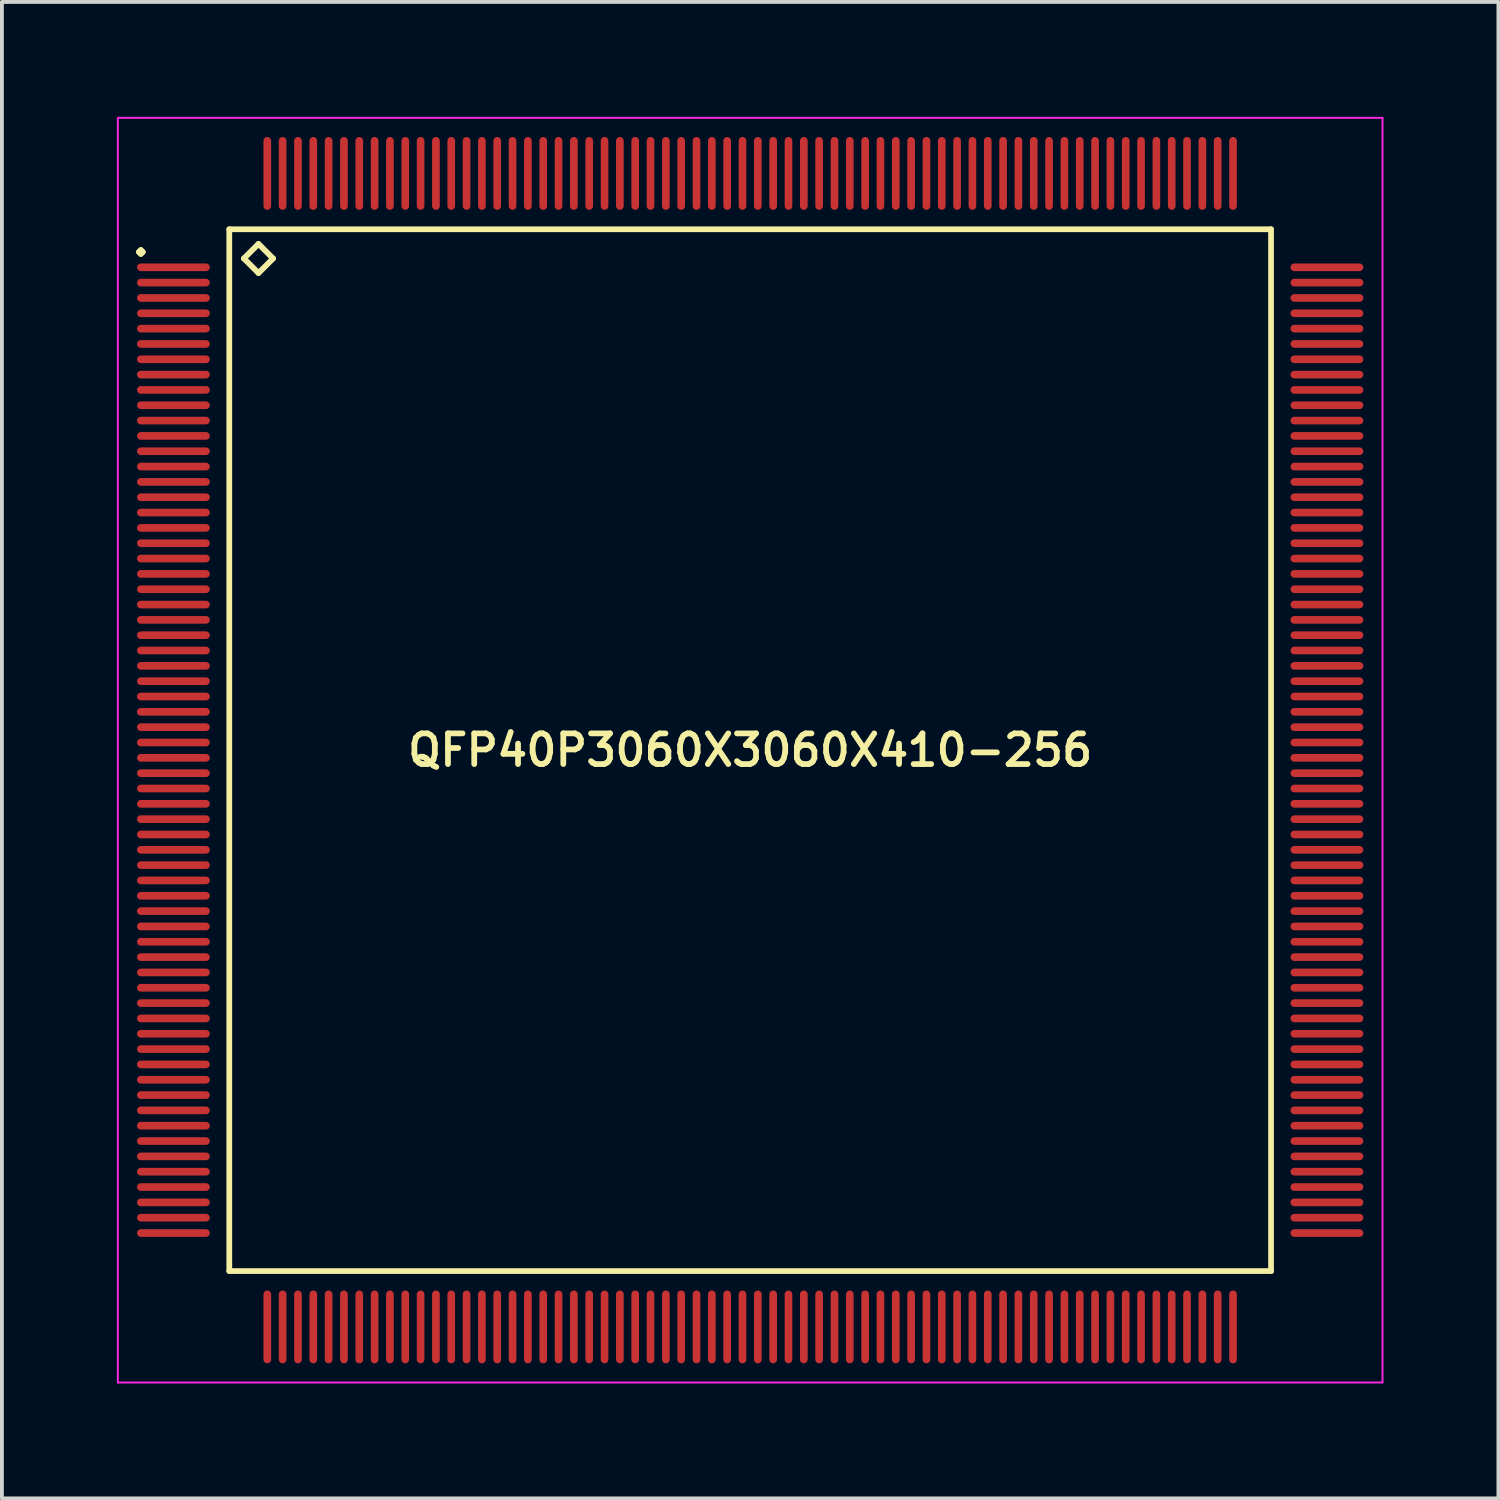
<source format=kicad_pcb>
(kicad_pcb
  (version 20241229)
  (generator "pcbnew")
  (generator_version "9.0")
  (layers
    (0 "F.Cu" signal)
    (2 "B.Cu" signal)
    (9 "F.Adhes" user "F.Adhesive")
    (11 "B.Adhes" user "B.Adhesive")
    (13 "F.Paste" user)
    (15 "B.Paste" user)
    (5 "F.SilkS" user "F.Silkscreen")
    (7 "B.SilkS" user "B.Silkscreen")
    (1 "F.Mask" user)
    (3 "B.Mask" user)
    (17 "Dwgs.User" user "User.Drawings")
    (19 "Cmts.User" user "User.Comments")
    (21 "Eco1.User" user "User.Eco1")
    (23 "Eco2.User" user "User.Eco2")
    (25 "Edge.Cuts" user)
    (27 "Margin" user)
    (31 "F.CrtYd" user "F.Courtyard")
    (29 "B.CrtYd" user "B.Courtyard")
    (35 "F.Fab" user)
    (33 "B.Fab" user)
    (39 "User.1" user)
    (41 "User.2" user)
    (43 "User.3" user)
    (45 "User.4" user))
  (footprint "QFP40P3060X3060X410-256"
    (layer "F.Cu")
    (at 16.525 16.525)
    (property "Reference" "QFP40P3060X3060X410-256" (at 0 0 0) (layer "F.SilkS") (effects (font (size 0.8 0.8) (thickness 0.15))))
    (attr smd)
    (fp_line (start -15.95 -13) (end -15.9 -13.05) (stroke (width 0.15) (type solid)) (layer "F.SilkS"))
    (fp_line (start -15.9 -13.05) (end -15.85 -13) (stroke (width 0.15) (type solid)) (layer "F.SilkS"))
    (fp_line (start -15.9 -12.95) (end -15.95 -13) (stroke (width 0.15) (type solid)) (layer "F.SilkS"))
    (fp_line (start -15.85 -13) (end -15.9 -12.95) (stroke (width 0.15) (type solid)) (layer "F.SilkS"))
    (fp_line (start -13.592 -13.592) (end -13.592 13.592) (stroke (width 0.15) (type solid)) (layer "F.SilkS"))
    (fp_line (start -13.592 13.592) (end 13.592 13.592) (stroke (width 0.15) (type solid)) (layer "F.SilkS"))
    (fp_line (start -13.211 -12.83) (end -12.83 -13.211) (stroke (width 0.15) (type solid)) (layer "F.SilkS"))
    (fp_line (start -12.83 -13.211) (end -12.449 -12.83) (stroke (width 0.15) (type solid)) (layer "F.SilkS"))
    (fp_line (start -12.83 -12.449) (end -13.211 -12.83) (stroke (width 0.15) (type solid)) (layer "F.SilkS"))
    (fp_line (start -12.449 -12.83) (end -12.83 -12.449) (stroke (width 0.15) (type solid)) (layer "F.SilkS"))
    (fp_line (start 13.592 -13.592) (end -13.592 -13.592) (stroke (width 0.15) (type solid)) (layer "F.SilkS"))
    (fp_line (start 13.592 13.592) (end 13.592 -13.592) (stroke (width 0.15) (type solid)) (layer "F.SilkS"))
    (fp_line (start -16.5 -16.5) (end 16.5 -16.5) (stroke (width 0.05) (type solid)) (layer "F.CrtYd"))
    (fp_line (start -16.5 16.5) (end -16.5 -16.5) (stroke (width 0.05) (type solid)) (layer "F.CrtYd"))
    (fp_line (start 16.5 -16.5) (end 16.5 16.5) (stroke (width 0.05) (type solid)) (layer "F.CrtYd"))
    (fp_line (start 16.5 16.5) (end -16.5 16.5) (stroke (width 0.05) (type solid)) (layer "F.CrtYd"))
    (pad "1" smd oval (at -15.05 -12.6) (size 1.9 0.2) (layers "F.Cu" "F.Mask" "F.Paste"))
    (pad "2" smd oval (at -15.05 -12.2) (size 1.9 0.2) (layers "F.Cu" "F.Mask" "F.Paste"))
    (pad "3" smd oval (at -15.05 -11.8) (size 1.9 0.2) (layers "F.Cu" "F.Mask" "F.Paste"))
    (pad "4" smd oval (at -15.05 -11.4) (size 1.9 0.2) (layers "F.Cu" "F.Mask" "F.Paste"))
    (pad "5" smd oval (at -15.05 -11) (size 1.9 0.2) (layers "F.Cu" "F.Mask" "F.Paste"))
    (pad "6" smd oval (at -15.05 -10.6) (size 1.9 0.2) (layers "F.Cu" "F.Mask" "F.Paste"))
    (pad "7" smd oval (at -15.05 -10.2) (size 1.9 0.2) (layers "F.Cu" "F.Mask" "F.Paste"))
    (pad "8" smd oval (at -15.05 -9.8) (size 1.9 0.2) (layers "F.Cu" "F.Mask" "F.Paste"))
    (pad "9" smd oval (at -15.05 -9.4) (size 1.9 0.2) (layers "F.Cu" "F.Mask" "F.Paste"))
    (pad "10" smd oval (at -15.05 -9) (size 1.9 0.2) (layers "F.Cu" "F.Mask" "F.Paste"))
    (pad "11" smd oval (at -15.05 -8.6) (size 1.9 0.2) (layers "F.Cu" "F.Mask" "F.Paste"))
    (pad "12" smd oval (at -15.05 -8.2) (size 1.9 0.2) (layers "F.Cu" "F.Mask" "F.Paste"))
    (pad "13" smd oval (at -15.05 -7.8) (size 1.9 0.2) (layers "F.Cu" "F.Mask" "F.Paste"))
    (pad "14" smd oval (at -15.05 -7.4) (size 1.9 0.2) (layers "F.Cu" "F.Mask" "F.Paste"))
    (pad "15" smd oval (at -15.05 -7) (size 1.9 0.2) (layers "F.Cu" "F.Mask" "F.Paste"))
    (pad "16" smd oval (at -15.05 -6.6) (size 1.9 0.2) (layers "F.Cu" "F.Mask" "F.Paste"))
    (pad "17" smd oval (at -15.05 -6.2) (size 1.9 0.2) (layers "F.Cu" "F.Mask" "F.Paste"))
    (pad "18" smd oval (at -15.05 -5.8) (size 1.9 0.2) (layers "F.Cu" "F.Mask" "F.Paste"))
    (pad "19" smd oval (at -15.05 -5.4) (size 1.9 0.2) (layers "F.Cu" "F.Mask" "F.Paste"))
    (pad "20" smd oval (at -15.05 -5) (size 1.9 0.2) (layers "F.Cu" "F.Mask" "F.Paste"))
    (pad "21" smd oval (at -15.05 -4.6) (size 1.9 0.2) (layers "F.Cu" "F.Mask" "F.Paste"))
    (pad "22" smd oval (at -15.05 -4.2) (size 1.9 0.2) (layers "F.Cu" "F.Mask" "F.Paste"))
    (pad "23" smd oval (at -15.05 -3.8) (size 1.9 0.2) (layers "F.Cu" "F.Mask" "F.Paste"))
    (pad "24" smd oval (at -15.05 -3.4) (size 1.9 0.2) (layers "F.Cu" "F.Mask" "F.Paste"))
    (pad "25" smd oval (at -15.05 -3) (size 1.9 0.2) (layers "F.Cu" "F.Mask" "F.Paste"))
    (pad "26" smd oval (at -15.05 -2.6) (size 1.9 0.2) (layers "F.Cu" "F.Mask" "F.Paste"))
    (pad "27" smd oval (at -15.05 -2.2) (size 1.9 0.2) (layers "F.Cu" "F.Mask" "F.Paste"))
    (pad "28" smd oval (at -15.05 -1.8) (size 1.9 0.2) (layers "F.Cu" "F.Mask" "F.Paste"))
    (pad "29" smd oval (at -15.05 -1.4) (size 1.9 0.2) (layers "F.Cu" "F.Mask" "F.Paste"))
    (pad "30" smd oval (at -15.05 -1) (size 1.9 0.2) (layers "F.Cu" "F.Mask" "F.Paste"))
    (pad "31" smd oval (at -15.05 -0.6) (size 1.9 0.2) (layers "F.Cu" "F.Mask" "F.Paste"))
    (pad "32" smd oval (at -15.05 -0.2) (size 1.9 0.2) (layers "F.Cu" "F.Mask" "F.Paste"))
    (pad "33" smd oval (at -15.05 0.2) (size 1.9 0.2) (layers "F.Cu" "F.Mask" "F.Paste"))
    (pad "34" smd oval (at -15.05 0.6) (size 1.9 0.2) (layers "F.Cu" "F.Mask" "F.Paste"))
    (pad "35" smd oval (at -15.05 1) (size 1.9 0.2) (layers "F.Cu" "F.Mask" "F.Paste"))
    (pad "36" smd oval (at -15.05 1.4) (size 1.9 0.2) (layers "F.Cu" "F.Mask" "F.Paste"))
    (pad "37" smd oval (at -15.05 1.8) (size 1.9 0.2) (layers "F.Cu" "F.Mask" "F.Paste"))
    (pad "38" smd oval (at -15.05 2.2) (size 1.9 0.2) (layers "F.Cu" "F.Mask" "F.Paste"))
    (pad "39" smd oval (at -15.05 2.6) (size 1.9 0.2) (layers "F.Cu" "F.Mask" "F.Paste"))
    (pad "40" smd oval (at -15.05 3) (size 1.9 0.2) (layers "F.Cu" "F.Mask" "F.Paste"))
    (pad "41" smd oval (at -15.05 3.4) (size 1.9 0.2) (layers "F.Cu" "F.Mask" "F.Paste"))
    (pad "42" smd oval (at -15.05 3.8) (size 1.9 0.2) (layers "F.Cu" "F.Mask" "F.Paste"))
    (pad "43" smd oval (at -15.05 4.2) (size 1.9 0.2) (layers "F.Cu" "F.Mask" "F.Paste"))
    (pad "44" smd oval (at -15.05 4.6) (size 1.9 0.2) (layers "F.Cu" "F.Mask" "F.Paste"))
    (pad "45" smd oval (at -15.05 5) (size 1.9 0.2) (layers "F.Cu" "F.Mask" "F.Paste"))
    (pad "46" smd oval (at -15.05 5.4) (size 1.9 0.2) (layers "F.Cu" "F.Mask" "F.Paste"))
    (pad "47" smd oval (at -15.05 5.8) (size 1.9 0.2) (layers "F.Cu" "F.Mask" "F.Paste"))
    (pad "48" smd oval (at -15.05 6.2) (size 1.9 0.2) (layers "F.Cu" "F.Mask" "F.Paste"))
    (pad "49" smd oval (at -15.05 6.6) (size 1.9 0.2) (layers "F.Cu" "F.Mask" "F.Paste"))
    (pad "50" smd oval (at -15.05 7) (size 1.9 0.2) (layers "F.Cu" "F.Mask" "F.Paste"))
    (pad "51" smd oval (at -15.05 7.4) (size 1.9 0.2) (layers "F.Cu" "F.Mask" "F.Paste"))
    (pad "52" smd oval (at -15.05 7.8) (size 1.9 0.2) (layers "F.Cu" "F.Mask" "F.Paste"))
    (pad "53" smd oval (at -15.05 8.2) (size 1.9 0.2) (layers "F.Cu" "F.Mask" "F.Paste"))
    (pad "54" smd oval (at -15.05 8.6) (size 1.9 0.2) (layers "F.Cu" "F.Mask" "F.Paste"))
    (pad "55" smd oval (at -15.05 9) (size 1.9 0.2) (layers "F.Cu" "F.Mask" "F.Paste"))
    (pad "56" smd oval (at -15.05 9.4) (size 1.9 0.2) (layers "F.Cu" "F.Mask" "F.Paste"))
    (pad "57" smd oval (at -15.05 9.8) (size 1.9 0.2) (layers "F.Cu" "F.Mask" "F.Paste"))
    (pad "58" smd oval (at -15.05 10.2) (size 1.9 0.2) (layers "F.Cu" "F.Mask" "F.Paste"))
    (pad "59" smd oval (at -15.05 10.6) (size 1.9 0.2) (layers "F.Cu" "F.Mask" "F.Paste"))
    (pad "60" smd oval (at -15.05 11) (size 1.9 0.2) (layers "F.Cu" "F.Mask" "F.Paste"))
    (pad "61" smd oval (at -15.05 11.4) (size 1.9 0.2) (layers "F.Cu" "F.Mask" "F.Paste"))
    (pad "62" smd oval (at -15.05 11.8) (size 1.9 0.2) (layers "F.Cu" "F.Mask" "F.Paste"))
    (pad "63" smd oval (at -15.05 12.2) (size 1.9 0.2) (layers "F.Cu" "F.Mask" "F.Paste"))
    (pad "64" smd oval (at -15.05 12.6) (size 1.9 0.2) (layers "F.Cu" "F.Mask" "F.Paste"))
    (pad "65" smd oval (at -12.6 15.05) (size 0.2 1.9) (layers "F.Cu" "F.Mask" "F.Paste"))
    (pad "66" smd oval (at -12.2 15.05) (size 0.2 1.9) (layers "F.Cu" "F.Mask" "F.Paste"))
    (pad "67" smd oval (at -11.8 15.05) (size 0.2 1.9) (layers "F.Cu" "F.Mask" "F.Paste"))
    (pad "68" smd oval (at -11.4 15.05) (size 0.2 1.9) (layers "F.Cu" "F.Mask" "F.Paste"))
    (pad "69" smd oval (at -11 15.05) (size 0.2 1.9) (layers "F.Cu" "F.Mask" "F.Paste"))
    (pad "70" smd oval (at -10.6 15.05) (size 0.2 1.9) (layers "F.Cu" "F.Mask" "F.Paste"))
    (pad "71" smd oval (at -10.2 15.05) (size 0.2 1.9) (layers "F.Cu" "F.Mask" "F.Paste"))
    (pad "72" smd oval (at -9.8 15.05) (size 0.2 1.9) (layers "F.Cu" "F.Mask" "F.Paste"))
    (pad "73" smd oval (at -9.4 15.05) (size 0.2 1.9) (layers "F.Cu" "F.Mask" "F.Paste"))
    (pad "74" smd oval (at -9 15.05) (size 0.2 1.9) (layers "F.Cu" "F.Mask" "F.Paste"))
    (pad "75" smd oval (at -8.6 15.05) (size 0.2 1.9) (layers "F.Cu" "F.Mask" "F.Paste"))
    (pad "76" smd oval (at -8.2 15.05) (size 0.2 1.9) (layers "F.Cu" "F.Mask" "F.Paste"))
    (pad "77" smd oval (at -7.8 15.05) (size 0.2 1.9) (layers "F.Cu" "F.Mask" "F.Paste"))
    (pad "78" smd oval (at -7.4 15.05) (size 0.2 1.9) (layers "F.Cu" "F.Mask" "F.Paste"))
    (pad "79" smd oval (at -7 15.05) (size 0.2 1.9) (layers "F.Cu" "F.Mask" "F.Paste"))
    (pad "80" smd oval (at -6.6 15.05) (size 0.2 1.9) (layers "F.Cu" "F.Mask" "F.Paste"))
    (pad "81" smd oval (at -6.2 15.05) (size 0.2 1.9) (layers "F.Cu" "F.Mask" "F.Paste"))
    (pad "82" smd oval (at -5.8 15.05) (size 0.2 1.9) (layers "F.Cu" "F.Mask" "F.Paste"))
    (pad "83" smd oval (at -5.4 15.05) (size 0.2 1.9) (layers "F.Cu" "F.Mask" "F.Paste"))
    (pad "84" smd oval (at -5 15.05) (size 0.2 1.9) (layers "F.Cu" "F.Mask" "F.Paste"))
    (pad "85" smd oval (at -4.6 15.05) (size 0.2 1.9) (layers "F.Cu" "F.Mask" "F.Paste"))
    (pad "86" smd oval (at -4.2 15.05) (size 0.2 1.9) (layers "F.Cu" "F.Mask" "F.Paste"))
    (pad "87" smd oval (at -3.8 15.05) (size 0.2 1.9) (layers "F.Cu" "F.Mask" "F.Paste"))
    (pad "88" smd oval (at -3.4 15.05) (size 0.2 1.9) (layers "F.Cu" "F.Mask" "F.Paste"))
    (pad "89" smd oval (at -3 15.05) (size 0.2 1.9) (layers "F.Cu" "F.Mask" "F.Paste"))
    (pad "90" smd oval (at -2.6 15.05) (size 0.2 1.9) (layers "F.Cu" "F.Mask" "F.Paste"))
    (pad "91" smd oval (at -2.2 15.05) (size 0.2 1.9) (layers "F.Cu" "F.Mask" "F.Paste"))
    (pad "92" smd oval (at -1.8 15.05) (size 0.2 1.9) (layers "F.Cu" "F.Mask" "F.Paste"))
    (pad "93" smd oval (at -1.4 15.05) (size 0.2 1.9) (layers "F.Cu" "F.Mask" "F.Paste"))
    (pad "94" smd oval (at -1 15.05) (size 0.2 1.9) (layers "F.Cu" "F.Mask" "F.Paste"))
    (pad "95" smd oval (at -0.6 15.05) (size 0.2 1.9) (layers "F.Cu" "F.Mask" "F.Paste"))
    (pad "96" smd oval (at -0.2 15.05) (size 0.2 1.9) (layers "F.Cu" "F.Mask" "F.Paste"))
    (pad "97" smd oval (at 0.2 15.05) (size 0.2 1.9) (layers "F.Cu" "F.Mask" "F.Paste"))
    (pad "98" smd oval (at 0.6 15.05) (size 0.2 1.9) (layers "F.Cu" "F.Mask" "F.Paste"))
    (pad "99" smd oval (at 1 15.05) (size 0.2 1.9) (layers "F.Cu" "F.Mask" "F.Paste"))
    (pad "100" smd oval (at 1.4 15.05) (size 0.2 1.9) (layers "F.Cu" "F.Mask" "F.Paste"))
    (pad "101" smd oval (at 1.8 15.05) (size 0.2 1.9) (layers "F.Cu" "F.Mask" "F.Paste"))
    (pad "102" smd oval (at 2.2 15.05) (size 0.2 1.9) (layers "F.Cu" "F.Mask" "F.Paste"))
    (pad "103" smd oval (at 2.6 15.05) (size 0.2 1.9) (layers "F.Cu" "F.Mask" "F.Paste"))
    (pad "104" smd oval (at 3 15.05) (size 0.2 1.9) (layers "F.Cu" "F.Mask" "F.Paste"))
    (pad "105" smd oval (at 3.4 15.05) (size 0.2 1.9) (layers "F.Cu" "F.Mask" "F.Paste"))
    (pad "106" smd oval (at 3.8 15.05) (size 0.2 1.9) (layers "F.Cu" "F.Mask" "F.Paste"))
    (pad "107" smd oval (at 4.2 15.05) (size 0.2 1.9) (layers "F.Cu" "F.Mask" "F.Paste"))
    (pad "108" smd oval (at 4.6 15.05) (size 0.2 1.9) (layers "F.Cu" "F.Mask" "F.Paste"))
    (pad "109" smd oval (at 5 15.05) (size 0.2 1.9) (layers "F.Cu" "F.Mask" "F.Paste"))
    (pad "110" smd oval (at 5.4 15.05) (size 0.2 1.9) (layers "F.Cu" "F.Mask" "F.Paste"))
    (pad "111" smd oval (at 5.8 15.05) (size 0.2 1.9) (layers "F.Cu" "F.Mask" "F.Paste"))
    (pad "112" smd oval (at 6.2 15.05) (size 0.2 1.9) (layers "F.Cu" "F.Mask" "F.Paste"))
    (pad "113" smd oval (at 6.6 15.05) (size 0.2 1.9) (layers "F.Cu" "F.Mask" "F.Paste"))
    (pad "114" smd oval (at 7 15.05) (size 0.2 1.9) (layers "F.Cu" "F.Mask" "F.Paste"))
    (pad "115" smd oval (at 7.4 15.05) (size 0.2 1.9) (layers "F.Cu" "F.Mask" "F.Paste"))
    (pad "116" smd oval (at 7.8 15.05) (size 0.2 1.9) (layers "F.Cu" "F.Mask" "F.Paste"))
    (pad "117" smd oval (at 8.2 15.05) (size 0.2 1.9) (layers "F.Cu" "F.Mask" "F.Paste"))
    (pad "118" smd oval (at 8.6 15.05) (size 0.2 1.9) (layers "F.Cu" "F.Mask" "F.Paste"))
    (pad "119" smd oval (at 9 15.05) (size 0.2 1.9) (layers "F.Cu" "F.Mask" "F.Paste"))
    (pad "120" smd oval (at 9.4 15.05) (size 0.2 1.9) (layers "F.Cu" "F.Mask" "F.Paste"))
    (pad "121" smd oval (at 9.8 15.05) (size 0.2 1.9) (layers "F.Cu" "F.Mask" "F.Paste"))
    (pad "122" smd oval (at 10.2 15.05) (size 0.2 1.9) (layers "F.Cu" "F.Mask" "F.Paste"))
    (pad "123" smd oval (at 10.6 15.05) (size 0.2 1.9) (layers "F.Cu" "F.Mask" "F.Paste"))
    (pad "124" smd oval (at 11 15.05) (size 0.2 1.9) (layers "F.Cu" "F.Mask" "F.Paste"))
    (pad "125" smd oval (at 11.4 15.05) (size 0.2 1.9) (layers "F.Cu" "F.Mask" "F.Paste"))
    (pad "126" smd oval (at 11.8 15.05) (size 0.2 1.9) (layers "F.Cu" "F.Mask" "F.Paste"))
    (pad "127" smd oval (at 12.2 15.05) (size 0.2 1.9) (layers "F.Cu" "F.Mask" "F.Paste"))
    (pad "128" smd oval (at 12.6 15.05) (size 0.2 1.9) (layers "F.Cu" "F.Mask" "F.Paste"))
    (pad "129" smd oval (at 15.05 12.6) (size 1.9 0.2) (layers "F.Cu" "F.Mask" "F.Paste"))
    (pad "130" smd oval (at 15.05 12.2) (size 1.9 0.2) (layers "F.Cu" "F.Mask" "F.Paste"))
    (pad "131" smd oval (at 15.05 11.8) (size 1.9 0.2) (layers "F.Cu" "F.Mask" "F.Paste"))
    (pad "132" smd oval (at 15.05 11.4) (size 1.9 0.2) (layers "F.Cu" "F.Mask" "F.Paste"))
    (pad "133" smd oval (at 15.05 11) (size 1.9 0.2) (layers "F.Cu" "F.Mask" "F.Paste"))
    (pad "134" smd oval (at 15.05 10.6) (size 1.9 0.2) (layers "F.Cu" "F.Mask" "F.Paste"))
    (pad "135" smd oval (at 15.05 10.2) (size 1.9 0.2) (layers "F.Cu" "F.Mask" "F.Paste"))
    (pad "136" smd oval (at 15.05 9.8) (size 1.9 0.2) (layers "F.Cu" "F.Mask" "F.Paste"))
    (pad "137" smd oval (at 15.05 9.4) (size 1.9 0.2) (layers "F.Cu" "F.Mask" "F.Paste"))
    (pad "138" smd oval (at 15.05 9) (size 1.9 0.2) (layers "F.Cu" "F.Mask" "F.Paste"))
    (pad "139" smd oval (at 15.05 8.6) (size 1.9 0.2) (layers "F.Cu" "F.Mask" "F.Paste"))
    (pad "140" smd oval (at 15.05 8.2) (size 1.9 0.2) (layers "F.Cu" "F.Mask" "F.Paste"))
    (pad "141" smd oval (at 15.05 7.8) (size 1.9 0.2) (layers "F.Cu" "F.Mask" "F.Paste"))
    (pad "142" smd oval (at 15.05 7.4) (size 1.9 0.2) (layers "F.Cu" "F.Mask" "F.Paste"))
    (pad "143" smd oval (at 15.05 7) (size 1.9 0.2) (layers "F.Cu" "F.Mask" "F.Paste"))
    (pad "144" smd oval (at 15.05 6.6) (size 1.9 0.2) (layers "F.Cu" "F.Mask" "F.Paste"))
    (pad "145" smd oval (at 15.05 6.2) (size 1.9 0.2) (layers "F.Cu" "F.Mask" "F.Paste"))
    (pad "146" smd oval (at 15.05 5.8) (size 1.9 0.2) (layers "F.Cu" "F.Mask" "F.Paste"))
    (pad "147" smd oval (at 15.05 5.4) (size 1.9 0.2) (layers "F.Cu" "F.Mask" "F.Paste"))
    (pad "148" smd oval (at 15.05 5) (size 1.9 0.2) (layers "F.Cu" "F.Mask" "F.Paste"))
    (pad "149" smd oval (at 15.05 4.6) (size 1.9 0.2) (layers "F.Cu" "F.Mask" "F.Paste"))
    (pad "150" smd oval (at 15.05 4.2) (size 1.9 0.2) (layers "F.Cu" "F.Mask" "F.Paste"))
    (pad "151" smd oval (at 15.05 3.8) (size 1.9 0.2) (layers "F.Cu" "F.Mask" "F.Paste"))
    (pad "152" smd oval (at 15.05 3.4) (size 1.9 0.2) (layers "F.Cu" "F.Mask" "F.Paste"))
    (pad "153" smd oval (at 15.05 3) (size 1.9 0.2) (layers "F.Cu" "F.Mask" "F.Paste"))
    (pad "154" smd oval (at 15.05 2.6) (size 1.9 0.2) (layers "F.Cu" "F.Mask" "F.Paste"))
    (pad "155" smd oval (at 15.05 2.2) (size 1.9 0.2) (layers "F.Cu" "F.Mask" "F.Paste"))
    (pad "156" smd oval (at 15.05 1.8) (size 1.9 0.2) (layers "F.Cu" "F.Mask" "F.Paste"))
    (pad "157" smd oval (at 15.05 1.4) (size 1.9 0.2) (layers "F.Cu" "F.Mask" "F.Paste"))
    (pad "158" smd oval (at 15.05 1) (size 1.9 0.2) (layers "F.Cu" "F.Mask" "F.Paste"))
    (pad "159" smd oval (at 15.05 0.6) (size 1.9 0.2) (layers "F.Cu" "F.Mask" "F.Paste"))
    (pad "160" smd oval (at 15.05 0.2) (size 1.9 0.2) (layers "F.Cu" "F.Mask" "F.Paste"))
    (pad "161" smd oval (at 15.05 -0.2) (size 1.9 0.2) (layers "F.Cu" "F.Mask" "F.Paste"))
    (pad "162" smd oval (at 15.05 -0.6) (size 1.9 0.2) (layers "F.Cu" "F.Mask" "F.Paste"))
    (pad "163" smd oval (at 15.05 -1) (size 1.9 0.2) (layers "F.Cu" "F.Mask" "F.Paste"))
    (pad "164" smd oval (at 15.05 -1.4) (size 1.9 0.2) (layers "F.Cu" "F.Mask" "F.Paste"))
    (pad "165" smd oval (at 15.05 -1.8) (size 1.9 0.2) (layers "F.Cu" "F.Mask" "F.Paste"))
    (pad "166" smd oval (at 15.05 -2.2) (size 1.9 0.2) (layers "F.Cu" "F.Mask" "F.Paste"))
    (pad "167" smd oval (at 15.05 -2.6) (size 1.9 0.2) (layers "F.Cu" "F.Mask" "F.Paste"))
    (pad "168" smd oval (at 15.05 -3) (size 1.9 0.2) (layers "F.Cu" "F.Mask" "F.Paste"))
    (pad "169" smd oval (at 15.05 -3.4) (size 1.9 0.2) (layers "F.Cu" "F.Mask" "F.Paste"))
    (pad "170" smd oval (at 15.05 -3.8) (size 1.9 0.2) (layers "F.Cu" "F.Mask" "F.Paste"))
    (pad "171" smd oval (at 15.05 -4.2) (size 1.9 0.2) (layers "F.Cu" "F.Mask" "F.Paste"))
    (pad "172" smd oval (at 15.05 -4.6) (size 1.9 0.2) (layers "F.Cu" "F.Mask" "F.Paste"))
    (pad "173" smd oval (at 15.05 -5) (size 1.9 0.2) (layers "F.Cu" "F.Mask" "F.Paste"))
    (pad "174" smd oval (at 15.05 -5.4) (size 1.9 0.2) (layers "F.Cu" "F.Mask" "F.Paste"))
    (pad "175" smd oval (at 15.05 -5.8) (size 1.9 0.2) (layers "F.Cu" "F.Mask" "F.Paste"))
    (pad "176" smd oval (at 15.05 -6.2) (size 1.9 0.2) (layers "F.Cu" "F.Mask" "F.Paste"))
    (pad "177" smd oval (at 15.05 -6.6) (size 1.9 0.2) (layers "F.Cu" "F.Mask" "F.Paste"))
    (pad "178" smd oval (at 15.05 -7) (size 1.9 0.2) (layers "F.Cu" "F.Mask" "F.Paste"))
    (pad "179" smd oval (at 15.05 -7.4) (size 1.9 0.2) (layers "F.Cu" "F.Mask" "F.Paste"))
    (pad "180" smd oval (at 15.05 -7.8) (size 1.9 0.2) (layers "F.Cu" "F.Mask" "F.Paste"))
    (pad "181" smd oval (at 15.05 -8.2) (size 1.9 0.2) (layers "F.Cu" "F.Mask" "F.Paste"))
    (pad "182" smd oval (at 15.05 -8.6) (size 1.9 0.2) (layers "F.Cu" "F.Mask" "F.Paste"))
    (pad "183" smd oval (at 15.05 -9) (size 1.9 0.2) (layers "F.Cu" "F.Mask" "F.Paste"))
    (pad "184" smd oval (at 15.05 -9.4) (size 1.9 0.2) (layers "F.Cu" "F.Mask" "F.Paste"))
    (pad "185" smd oval (at 15.05 -9.8) (size 1.9 0.2) (layers "F.Cu" "F.Mask" "F.Paste"))
    (pad "186" smd oval (at 15.05 -10.2) (size 1.9 0.2) (layers "F.Cu" "F.Mask" "F.Paste"))
    (pad "187" smd oval (at 15.05 -10.6) (size 1.9 0.2) (layers "F.Cu" "F.Mask" "F.Paste"))
    (pad "188" smd oval (at 15.05 -11) (size 1.9 0.2) (layers "F.Cu" "F.Mask" "F.Paste"))
    (pad "189" smd oval (at 15.05 -11.4) (size 1.9 0.2) (layers "F.Cu" "F.Mask" "F.Paste"))
    (pad "190" smd oval (at 15.05 -11.8) (size 1.9 0.2) (layers "F.Cu" "F.Mask" "F.Paste"))
    (pad "191" smd oval (at 15.05 -12.2) (size 1.9 0.2) (layers "F.Cu" "F.Mask" "F.Paste"))
    (pad "192" smd oval (at 15.05 -12.6) (size 1.9 0.2) (layers "F.Cu" "F.Mask" "F.Paste"))
    (pad "193" smd oval (at 12.6 -15.05) (size 0.2 1.9) (layers "F.Cu" "F.Mask" "F.Paste"))
    (pad "194" smd oval (at 12.2 -15.05) (size 0.2 1.9) (layers "F.Cu" "F.Mask" "F.Paste"))
    (pad "195" smd oval (at 11.8 -15.05) (size 0.2 1.9) (layers "F.Cu" "F.Mask" "F.Paste"))
    (pad "196" smd oval (at 11.4 -15.05) (size 0.2 1.9) (layers "F.Cu" "F.Mask" "F.Paste"))
    (pad "197" smd oval (at 11 -15.05) (size 0.2 1.9) (layers "F.Cu" "F.Mask" "F.Paste"))
    (pad "198" smd oval (at 10.6 -15.05) (size 0.2 1.9) (layers "F.Cu" "F.Mask" "F.Paste"))
    (pad "199" smd oval (at 10.2 -15.05) (size 0.2 1.9) (layers "F.Cu" "F.Mask" "F.Paste"))
    (pad "200" smd oval (at 9.8 -15.05) (size 0.2 1.9) (layers "F.Cu" "F.Mask" "F.Paste"))
    (pad "201" smd oval (at 9.4 -15.05) (size 0.2 1.9) (layers "F.Cu" "F.Mask" "F.Paste"))
    (pad "202" smd oval (at 9 -15.05) (size 0.2 1.9) (layers "F.Cu" "F.Mask" "F.Paste"))
    (pad "203" smd oval (at 8.6 -15.05) (size 0.2 1.9) (layers "F.Cu" "F.Mask" "F.Paste"))
    (pad "204" smd oval (at 8.2 -15.05) (size 0.2 1.9) (layers "F.Cu" "F.Mask" "F.Paste"))
    (pad "205" smd oval (at 7.8 -15.05) (size 0.2 1.9) (layers "F.Cu" "F.Mask" "F.Paste"))
    (pad "206" smd oval (at 7.4 -15.05) (size 0.2 1.9) (layers "F.Cu" "F.Mask" "F.Paste"))
    (pad "207" smd oval (at 7 -15.05) (size 0.2 1.9) (layers "F.Cu" "F.Mask" "F.Paste"))
    (pad "208" smd oval (at 6.6 -15.05) (size 0.2 1.9) (layers "F.Cu" "F.Mask" "F.Paste"))
    (pad "209" smd oval (at 6.2 -15.05) (size 0.2 1.9) (layers "F.Cu" "F.Mask" "F.Paste"))
    (pad "210" smd oval (at 5.8 -15.05) (size 0.2 1.9) (layers "F.Cu" "F.Mask" "F.Paste"))
    (pad "211" smd oval (at 5.4 -15.05) (size 0.2 1.9) (layers "F.Cu" "F.Mask" "F.Paste"))
    (pad "212" smd oval (at 5 -15.05) (size 0.2 1.9) (layers "F.Cu" "F.Mask" "F.Paste"))
    (pad "213" smd oval (at 4.6 -15.05) (size 0.2 1.9) (layers "F.Cu" "F.Mask" "F.Paste"))
    (pad "214" smd oval (at 4.2 -15.05) (size 0.2 1.9) (layers "F.Cu" "F.Mask" "F.Paste"))
    (pad "215" smd oval (at 3.8 -15.05) (size 0.2 1.9) (layers "F.Cu" "F.Mask" "F.Paste"))
    (pad "216" smd oval (at 3.4 -15.05) (size 0.2 1.9) (layers "F.Cu" "F.Mask" "F.Paste"))
    (pad "217" smd oval (at 3 -15.05) (size 0.2 1.9) (layers "F.Cu" "F.Mask" "F.Paste"))
    (pad "218" smd oval (at 2.6 -15.05) (size 0.2 1.9) (layers "F.Cu" "F.Mask" "F.Paste"))
    (pad "219" smd oval (at 2.2 -15.05) (size 0.2 1.9) (layers "F.Cu" "F.Mask" "F.Paste"))
    (pad "220" smd oval (at 1.8 -15.05) (size 0.2 1.9) (layers "F.Cu" "F.Mask" "F.Paste"))
    (pad "221" smd oval (at 1.4 -15.05) (size 0.2 1.9) (layers "F.Cu" "F.Mask" "F.Paste"))
    (pad "222" smd oval (at 1 -15.05) (size 0.2 1.9) (layers "F.Cu" "F.Mask" "F.Paste"))
    (pad "223" smd oval (at 0.6 -15.05) (size 0.2 1.9) (layers "F.Cu" "F.Mask" "F.Paste"))
    (pad "224" smd oval (at 0.2 -15.05) (size 0.2 1.9) (layers "F.Cu" "F.Mask" "F.Paste"))
    (pad "225" smd oval (at -0.2 -15.05) (size 0.2 1.9) (layers "F.Cu" "F.Mask" "F.Paste"))
    (pad "226" smd oval (at -0.6 -15.05) (size 0.2 1.9) (layers "F.Cu" "F.Mask" "F.Paste"))
    (pad "227" smd oval (at -1 -15.05) (size 0.2 1.9) (layers "F.Cu" "F.Mask" "F.Paste"))
    (pad "228" smd oval (at -1.4 -15.05) (size 0.2 1.9) (layers "F.Cu" "F.Mask" "F.Paste"))
    (pad "229" smd oval (at -1.8 -15.05) (size 0.2 1.9) (layers "F.Cu" "F.Mask" "F.Paste"))
    (pad "230" smd oval (at -2.2 -15.05) (size 0.2 1.9) (layers "F.Cu" "F.Mask" "F.Paste"))
    (pad "231" smd oval (at -2.6 -15.05) (size 0.2 1.9) (layers "F.Cu" "F.Mask" "F.Paste"))
    (pad "232" smd oval (at -3 -15.05) (size 0.2 1.9) (layers "F.Cu" "F.Mask" "F.Paste"))
    (pad "233" smd oval (at -3.4 -15.05) (size 0.2 1.9) (layers "F.Cu" "F.Mask" "F.Paste"))
    (pad "234" smd oval (at -3.8 -15.05) (size 0.2 1.9) (layers "F.Cu" "F.Mask" "F.Paste"))
    (pad "235" smd oval (at -4.2 -15.05) (size 0.2 1.9) (layers "F.Cu" "F.Mask" "F.Paste"))
    (pad "236" smd oval (at -4.6 -15.05) (size 0.2 1.9) (layers "F.Cu" "F.Mask" "F.Paste"))
    (pad "237" smd oval (at -5 -15.05) (size 0.2 1.9) (layers "F.Cu" "F.Mask" "F.Paste"))
    (pad "238" smd oval (at -5.4 -15.05) (size 0.2 1.9) (layers "F.Cu" "F.Mask" "F.Paste"))
    (pad "239" smd oval (at -5.8 -15.05) (size 0.2 1.9) (layers "F.Cu" "F.Mask" "F.Paste"))
    (pad "240" smd oval (at -6.2 -15.05) (size 0.2 1.9) (layers "F.Cu" "F.Mask" "F.Paste"))
    (pad "241" smd oval (at -6.6 -15.05) (size 0.2 1.9) (layers "F.Cu" "F.Mask" "F.Paste"))
    (pad "242" smd oval (at -7 -15.05) (size 0.2 1.9) (layers "F.Cu" "F.Mask" "F.Paste"))
    (pad "243" smd oval (at -7.4 -15.05) (size 0.2 1.9) (layers "F.Cu" "F.Mask" "F.Paste"))
    (pad "244" smd oval (at -7.8 -15.05) (size 0.2 1.9) (layers "F.Cu" "F.Mask" "F.Paste"))
    (pad "245" smd oval (at -8.2 -15.05) (size 0.2 1.9) (layers "F.Cu" "F.Mask" "F.Paste"))
    (pad "246" smd oval (at -8.6 -15.05) (size 0.2 1.9) (layers "F.Cu" "F.Mask" "F.Paste"))
    (pad "247" smd oval (at -9 -15.05) (size 0.2 1.9) (layers "F.Cu" "F.Mask" "F.Paste"))
    (pad "248" smd oval (at -9.4 -15.05) (size 0.2 1.9) (layers "F.Cu" "F.Mask" "F.Paste"))
    (pad "249" smd oval (at -9.8 -15.05) (size 0.2 1.9) (layers "F.Cu" "F.Mask" "F.Paste"))
    (pad "250" smd oval (at -10.2 -15.05) (size 0.2 1.9) (layers "F.Cu" "F.Mask" "F.Paste"))
    (pad "251" smd oval (at -10.6 -15.05) (size 0.2 1.9) (layers "F.Cu" "F.Mask" "F.Paste"))
    (pad "252" smd oval (at -11 -15.05) (size 0.2 1.9) (layers "F.Cu" "F.Mask" "F.Paste"))
    (pad "253" smd oval (at -11.4 -15.05) (size 0.2 1.9) (layers "F.Cu" "F.Mask" "F.Paste"))
    (pad "254" smd oval (at -11.8 -15.05) (size 0.2 1.9) (layers "F.Cu" "F.Mask" "F.Paste"))
    (pad "255" smd oval (at -12.2 -15.05) (size 0.2 1.9) (layers "F.Cu" "F.Mask" "F.Paste"))
    (pad "256" smd oval (at -12.6 -15.05) (size 0.2 1.9) (layers "F.Cu" "F.Mask" "F.Paste")))
  (gr_rect
    (start -3 -3)
    (end 36.05 36.05)
    (stroke (width 0.1) (type default))
    (fill no)
    (layer "Edge.Cuts")))
</source>
